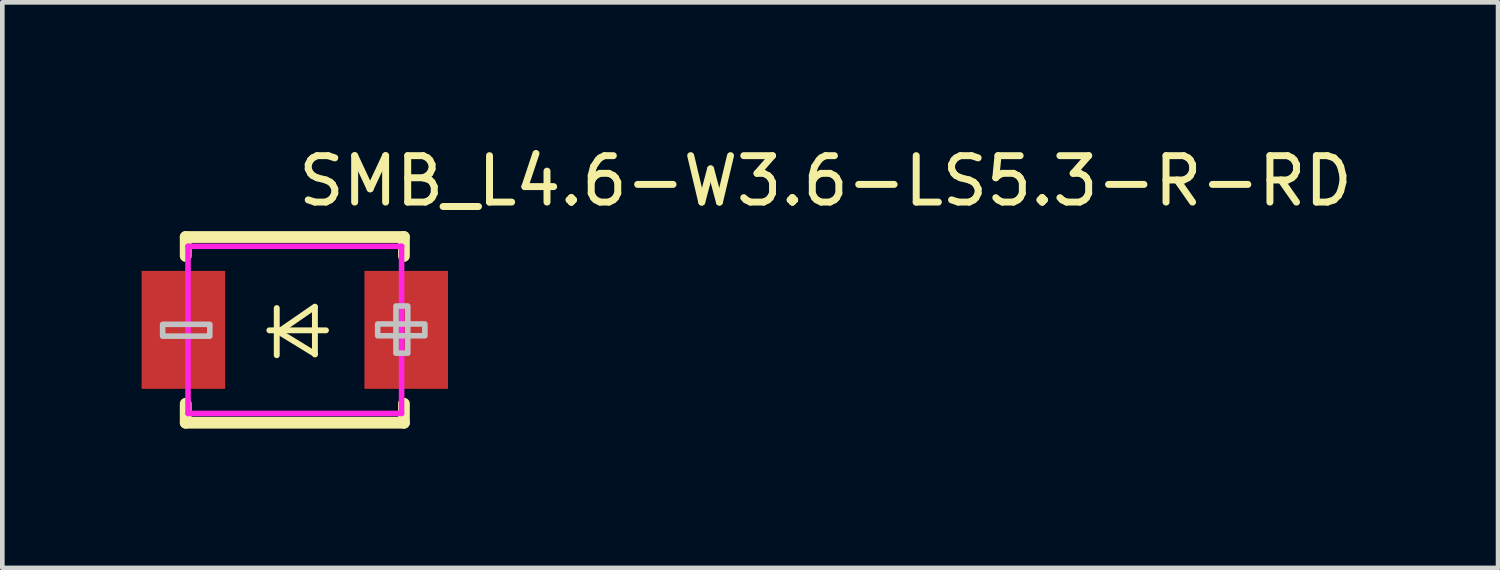
<source format=kicad_pcb>
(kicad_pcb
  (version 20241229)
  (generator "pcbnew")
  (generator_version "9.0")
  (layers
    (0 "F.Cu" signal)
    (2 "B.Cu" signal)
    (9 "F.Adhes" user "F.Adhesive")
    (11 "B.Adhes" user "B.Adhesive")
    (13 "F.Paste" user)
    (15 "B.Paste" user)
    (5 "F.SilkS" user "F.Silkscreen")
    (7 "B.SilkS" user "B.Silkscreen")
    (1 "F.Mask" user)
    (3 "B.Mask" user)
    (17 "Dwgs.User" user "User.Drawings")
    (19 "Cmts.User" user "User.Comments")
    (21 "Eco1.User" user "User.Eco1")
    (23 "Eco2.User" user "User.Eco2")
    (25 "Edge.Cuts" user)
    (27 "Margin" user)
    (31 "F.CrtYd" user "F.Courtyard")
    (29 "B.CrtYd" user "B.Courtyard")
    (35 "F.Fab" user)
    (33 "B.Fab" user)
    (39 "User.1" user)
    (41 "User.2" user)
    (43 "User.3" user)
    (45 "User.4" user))
  (footprint "SMB_L4.6-W3.6-LS5.3-R-RD"
    (layer "F.Cu")
    (at 3.3 4.055)
    (property "Reference" "SMB_L4.6-W3.6-LS5.3-R-RD" (at 0 -3.207 0) (layer "F.SilkS") (effects (font (size 1 1) (thickness 0.15)) (justify left)))
    (attr through_hole)
    (fp_line (start -2.35 -2) (end -2.35 -1.591) (stroke (width 0.254) (type solid)) (layer "F.SilkS"))
    (fp_line (start -2.35 -2) (end 2.35 -2) (stroke (width 0.254) (type solid)) (layer "F.SilkS"))
    (fp_line (start -2.35 1.591) (end -2.35 2) (stroke (width 0.254) (type solid)) (layer "F.SilkS"))
    (fp_line (start -2.35 2) (end 2.35 2) (stroke (width 0.254) (type solid)) (layer "F.SilkS"))
    (fp_line (start -0.548 0.01) (end 0.671 0.01) (stroke (width 0.127) (type solid)) (layer "F.SilkS"))
    (fp_line (start -0.389 -0.47) (end -0.389 0.546) (stroke (width 0.127) (type solid)) (layer "F.SilkS"))
    (fp_line (start -0.35 0.04) (end 0.433 0.52) (stroke (width 0.127) (type solid)) (layer "F.SilkS"))
    (fp_line (start 0.433 -0.5) (end -0.35 0.04) (stroke (width 0.127) (type solid)) (layer "F.SilkS"))
    (fp_line (start 0.433 0.53) (end 0.433 -0.486) (stroke (width 0.127) (type solid)) (layer "F.SilkS"))
    (fp_line (start 2.35 -2) (end 2.35 -1.591) (stroke (width 0.254) (type solid)) (layer "F.SilkS"))
    (fp_line (start 2.35 1.591) (end 2.35 2) (stroke (width 0.254) (type solid)) (layer "F.SilkS"))
    (fp_poly (pts (xy -2.847 -0.119) (xy -1.831 -0.119) (xy -1.831 0.135) (xy -2.847 0.135)) (stroke (width 0.12) (type solid)) (fill no) (layer "Dwgs.User"))
    (fp_poly (pts (xy 1.785 -0.127) (xy 2.801 -0.127) (xy 2.801 0.127) (xy 1.785 0.127)) (stroke (width 0.12) (type solid)) (fill no) (layer "Dwgs.User"))
    (fp_poly (pts (xy 2.179 0.502) (xy 2.179 -0.514) (xy 2.433 -0.514) (xy 2.433 0.502)) (stroke (width 0.12) (type solid)) (fill no) (layer "Dwgs.User"))
    (fp_circle (center 2.704 -1.813) (end 2.734 -1.813) (stroke (width 0.06) (type solid)) (fill no) (layer "Eco2.User"))
    (fp_poly (pts (xy -2.701 -1.025) (xy -1.551 -1.025) (xy -1.551 1.025) (xy -2.701 1.025)) (stroke (width 0.12) (type solid)) (fill no) (layer "Eco2.User"))
    (fp_poly (pts (xy 1.551 -1.025) (xy 2.701 -1.025) (xy 2.701 1.025) (xy 1.551 1.025)) (stroke (width 0.12) (type solid)) (fill no) (layer "Eco2.User"))
    (fp_line (start -2.3 -1.8) (end 2.3 -1.8) (stroke (width 0.12) (type solid)) (layer "F.CrtYd"))
    (fp_line (start -2.3 1.8) (end -2.3 -1.8) (stroke (width 0.12) (type solid)) (layer "F.CrtYd"))
    (fp_line (start 2.3 -1.8) (end 2.3 1.8) (stroke (width 0.12) (type solid)) (layer "F.CrtYd"))
    (fp_line (start 2.3 1.8) (end -2.3 1.8) (stroke (width 0.12) (type solid)) (layer "F.CrtYd"))
    (pad "1" smd rect (at 2.4 0) (size 1.8 2.54) (layers "F.Cu" "F.Mask" "F.Paste"))
    (pad "2" smd rect (at -2.4 0) (size 1.8 2.54) (layers "F.Cu" "F.Mask" "F.Paste")))
  (gr_rect
    (start -3 -3)
    (end 29.217 9.182)
    (stroke (width 0.1) (type default))
    (fill no)
    (layer "Edge.Cuts")))
</source>
